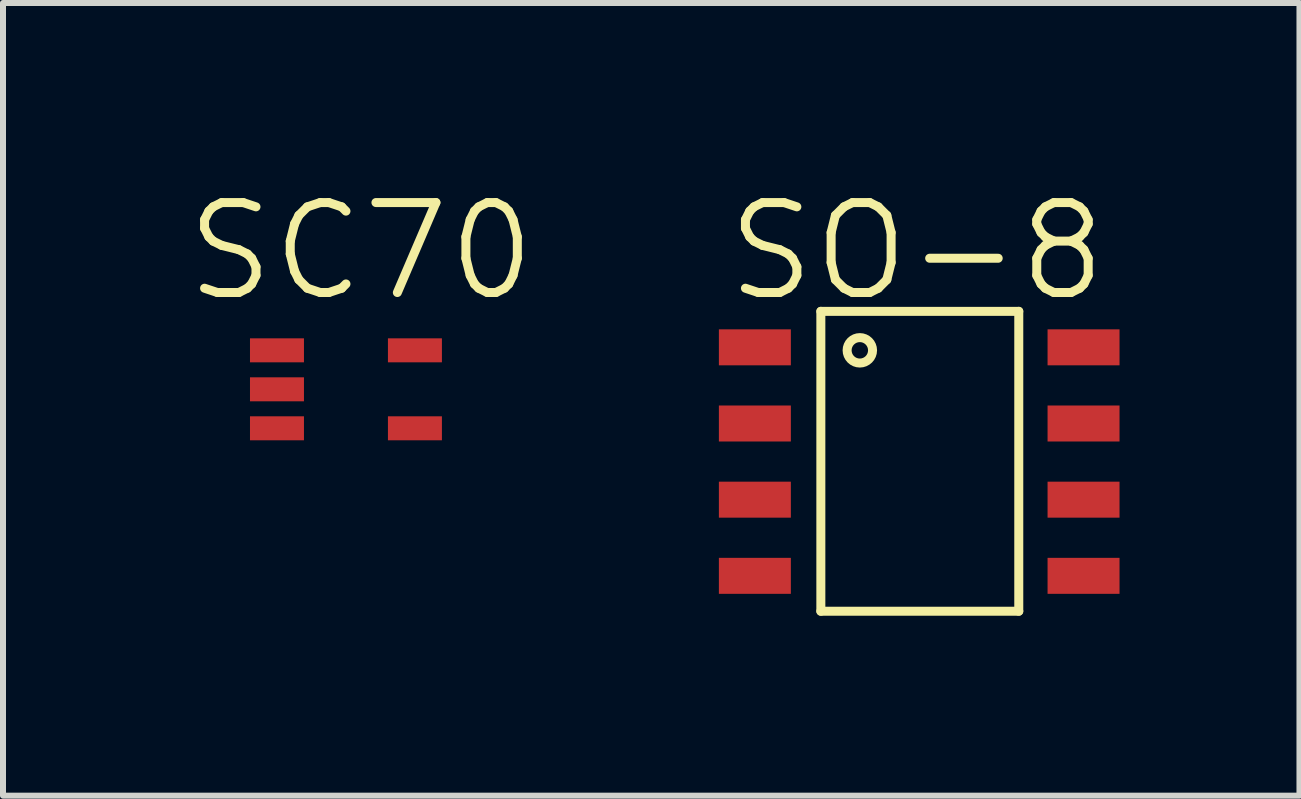
<source format=kicad_pcb>
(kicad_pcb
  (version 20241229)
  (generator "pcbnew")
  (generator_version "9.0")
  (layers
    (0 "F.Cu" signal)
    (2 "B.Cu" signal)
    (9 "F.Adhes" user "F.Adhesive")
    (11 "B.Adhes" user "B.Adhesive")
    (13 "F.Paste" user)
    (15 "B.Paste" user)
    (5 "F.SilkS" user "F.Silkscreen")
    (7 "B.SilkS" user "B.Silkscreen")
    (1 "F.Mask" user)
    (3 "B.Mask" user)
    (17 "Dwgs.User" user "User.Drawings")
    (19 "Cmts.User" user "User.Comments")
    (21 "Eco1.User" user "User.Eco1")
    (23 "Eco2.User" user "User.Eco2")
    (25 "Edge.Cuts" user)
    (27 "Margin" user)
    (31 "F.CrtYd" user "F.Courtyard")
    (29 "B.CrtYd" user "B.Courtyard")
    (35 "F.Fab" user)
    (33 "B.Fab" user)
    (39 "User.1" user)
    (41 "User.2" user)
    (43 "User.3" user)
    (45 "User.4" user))
  (footprint "SC70"
    (layer "F.Cu")
    (at 1.768 2.791)
    (property "Reference" "SC70" (at 1.2 -1.65 0) (layer "F.SilkS") (effects (font (size 1.5 1.5) (thickness 0.15))))
    (attr through_hole)
    (pad "1" smd rect (at -0.2 0) (size 0.9 0.4) (layers "F.Cu" "F.Mask" "F.Paste"))
    (pad "2" smd rect (at -0.2 0.65) (size 0.9 0.4) (layers "F.Cu" "F.Mask" "F.Paste"))
    (pad "3" smd rect (at -0.2 1.3) (size 0.9 0.4) (layers "F.Cu" "F.Mask" "F.Paste"))
    (pad "4" smd rect (at 2.1 1.3) (size 0.9 0.4) (layers "F.Cu" "F.Mask" "F.Paste"))
    (pad "5" smd rect (at 2.1 0) (size 0.9 0.4) (layers "F.Cu" "F.Mask" "F.Paste")))
  (footprint "SO-8"
    (layer "F.Cu")
    (at 9.536 2.741)
    (property "Reference" "SO-8" (at 2.7 -1.6 0) (layer "F.SilkS") (effects (font (size 1.5 1.5) (thickness 0.15))))
    (attr through_hole)
    (fp_line (start 1.1 -0.6) (end 1.1 4.4) (stroke (width 0.15) (type solid)) (layer "F.SilkS"))
    (fp_line (start 1.1 4.4) (end 4.4 4.4) (stroke (width 0.15) (type solid)) (layer "F.SilkS"))
    (fp_line (start 4.4 -0.6) (end 1.1 -0.6) (stroke (width 0.15) (type solid)) (layer "F.SilkS"))
    (fp_line (start 4.4 4.4) (end 4.4 -0.6) (stroke (width 0.15) (type solid)) (layer "F.SilkS"))
    (fp_circle (center 1.75 0.05) (end 1.9 0.2) (stroke (width 0.15) (type solid)) (fill no) (layer "F.SilkS"))
    (pad "1" smd rect (at 0 0) (size 1.2 0.6) (layers "F.Cu" "F.Mask" "F.Paste"))
    (pad "2" smd rect (at 0 1.27) (size 1.2 0.6) (layers "F.Cu" "F.Mask" "F.Paste"))
    (pad "3" smd rect (at 0 2.54) (size 1.2 0.6) (layers "F.Cu" "F.Mask" "F.Paste"))
    (pad "4" smd rect (at 0 3.81) (size 1.2 0.6) (layers "F.Cu" "F.Mask" "F.Paste"))
    (pad "5" smd rect (at 5.48 3.81) (size 1.2 0.6) (layers "F.Cu" "F.Mask" "F.Paste"))
    (pad "6" smd rect (at 5.48 2.54) (size 1.2 0.6) (layers "F.Cu" "F.Mask" "F.Paste"))
    (pad "7" smd rect (at 5.48 1.27) (size 1.2 0.6) (layers "F.Cu" "F.Mask" "F.Paste"))
    (pad "8" smd rect (at 5.48 0) (size 1.2 0.6) (layers "F.Cu" "F.Mask" "F.Paste")))
  (gr_rect
    (start -3 -3)
    (end 18.616 10.216)
    (stroke (width 0.1) (type default))
    (fill no)
    (layer "Edge.Cuts")))
</source>
